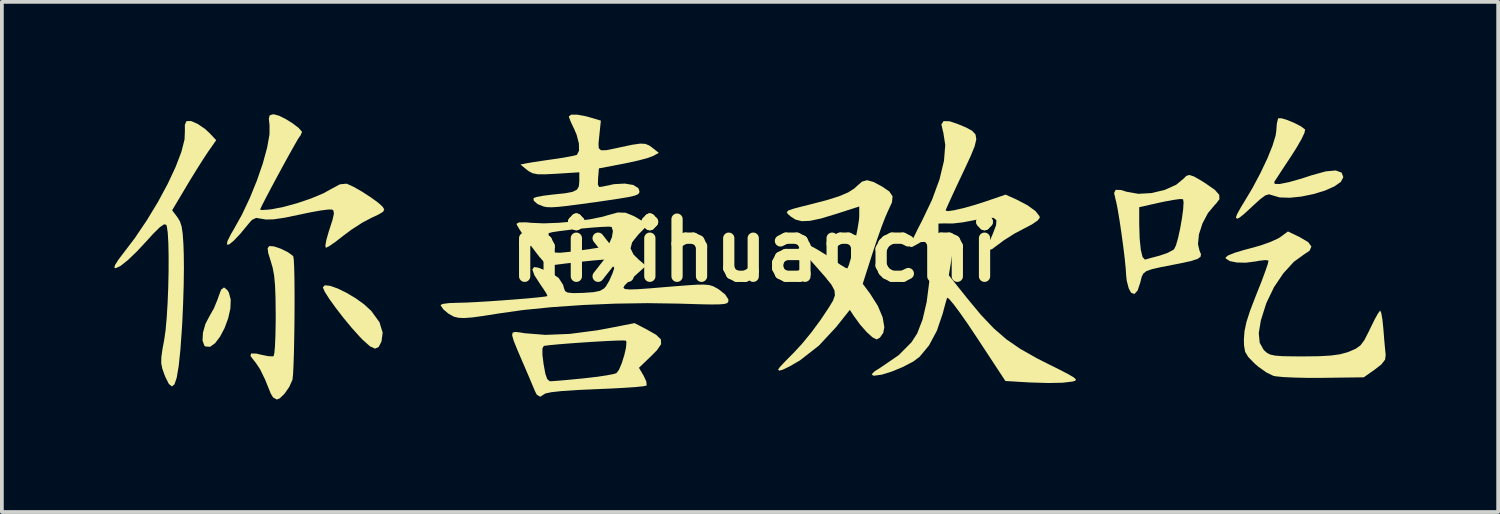
<source format=kicad_pcb>
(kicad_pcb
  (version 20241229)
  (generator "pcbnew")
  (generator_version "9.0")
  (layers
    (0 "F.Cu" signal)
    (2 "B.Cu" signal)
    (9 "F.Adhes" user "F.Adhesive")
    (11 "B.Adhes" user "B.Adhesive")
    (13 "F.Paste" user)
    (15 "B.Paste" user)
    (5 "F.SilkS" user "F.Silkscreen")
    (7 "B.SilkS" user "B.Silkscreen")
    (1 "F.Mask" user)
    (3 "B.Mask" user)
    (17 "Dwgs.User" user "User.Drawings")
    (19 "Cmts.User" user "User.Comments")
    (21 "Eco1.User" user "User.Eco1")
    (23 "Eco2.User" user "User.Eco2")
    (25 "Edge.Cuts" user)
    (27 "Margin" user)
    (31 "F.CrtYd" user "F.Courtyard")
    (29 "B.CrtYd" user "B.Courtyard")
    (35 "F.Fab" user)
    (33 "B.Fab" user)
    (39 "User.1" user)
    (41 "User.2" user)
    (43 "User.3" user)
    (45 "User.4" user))
  (footprint "nixihuanchi"
    (layer "F.Cu")
    (at 17.075 3.629)
    (property "Reference" "nixihuanchi" (at 0 0 0) (layer "F.SilkS") (effects (font (size 1.524 1.524) (thickness 0.3))))
    (attr board_only exclude_from_pos_files exclude_from_bom)
    (fp_poly (pts (xy -14.06 1.06) (xy -14.02 1.127) (xy -13.971 1.315) (xy -13.981 1.552) (xy -14.04 1.812) (xy -14.135 2.069) (xy -14.255 2.298) (xy -14.388 2.474) (xy -14.521 2.57) (xy -14.644 2.562) (xy -14.675 2.538) (xy -14.724 2.402) (xy -14.712 2.194) (xy -14.647 1.961) (xy -14.549 1.773) (xy -14.418 1.54) (xy -14.316 1.291) (xy -14.302 1.246) (xy -14.229 1.048) (xy -14.15 0.986)) (stroke (width 0) (type solid)) (fill yes) (layer "F.SilkS"))
    (fp_poly (pts (xy -11.322 0.944) (xy -11.122 1.014) (xy -10.886 1.129) (xy -10.642 1.274) (xy -10.414 1.438) (xy -10.229 1.608) (xy -10.221 1.616) (xy -10.004 1.916) (xy -9.919 2.193) (xy -9.951 2.429) (xy -10.025 2.574) (xy -10.122 2.619) (xy -10.257 2.558) (xy -10.449 2.387) (xy -10.541 2.291) (xy -10.753 2.055) (xy -10.97 1.792) (xy -11.174 1.527) (xy -11.346 1.288) (xy -11.465 1.099) (xy -11.514 0.988) (xy -11.514 0.984) (xy -11.462 0.929)) (stroke (width 0) (type solid)) (fill yes) (layer "F.SilkS"))
    (fp_poly (pts (xy -12.82 -0.108) (xy -12.64 -0.048) (xy -12.456 0.042) (xy -12.324 0.135) (xy -12.302 0.162) (xy -12.289 0.253) (xy -12.279 0.459) (xy -12.272 0.755) (xy -12.269 1.117) (xy -12.269 1.52) (xy -12.272 1.941) (xy -12.278 2.354) (xy -12.286 2.735) (xy -12.297 3.06) (xy -12.309 3.304) (xy -12.324 3.442) (xy -12.327 3.454) (xy -12.413 3.644) (xy -12.537 3.822) (xy -12.665 3.946) (xy -12.741 3.977) (xy -12.842 3.92) (xy -12.903 3.82) (xy -13.056 3.441) (xy -13.187 3.172) (xy -13.307 2.991) (xy -13.343 2.949) (xy -13.445 2.814) (xy -13.427 2.748) (xy -13.289 2.751) (xy -13.149 2.784) (xy -12.967 2.821) (xy -12.843 2.825) (xy -12.829 2.819) (xy -12.808 2.74) (xy -12.791 2.547) (xy -12.779 2.264) (xy -12.773 1.917) (xy -12.772 1.723) (xy -12.777 1.268) (xy -12.79 0.924) (xy -12.815 0.662) (xy -12.855 0.453) (xy -12.903 0.291) (xy -12.972 0.069) (xy -12.987 -0.055) (xy -12.95 -0.111) (xy -12.94 -0.116)) (stroke (width 0) (type solid)) (fill yes) (layer "F.SilkS"))
    (fp_poly (pts (xy 14.213 -3.476) (xy 14.4 -3.398) (xy 14.57 -3.31) (xy 14.675 -3.231) (xy 14.682 -3.221) (xy 14.665 -3.135) (xy 14.582 -2.962) (xy 14.448 -2.73) (xy 14.322 -2.532) (xy 14.148 -2.269) (xy 14 -2.043) (xy 13.896 -1.884) (xy 13.859 -1.827) (xy 13.873 -1.774) (xy 14.005 -1.772) (xy 14.246 -1.82) (xy 14.586 -1.916) (xy 14.851 -2.003) (xy 15.231 -2.108) (xy 15.499 -2.133) (xy 15.656 -2.075) (xy 15.701 -1.954) (xy 15.636 -1.829) (xy 15.462 -1.707) (xy 15.208 -1.595) (xy 14.905 -1.503) (xy 14.583 -1.437) (xy 14.272 -1.405) (xy 14.001 -1.414) (xy 13.807 -1.471) (xy 13.72 -1.497) (xy 13.622 -1.468) (xy 13.485 -1.367) (xy 13.292 -1.191) (xy 13.075 -0.99) (xy 12.938 -0.878) (xy 12.866 -0.844) (xy 12.84 -0.877) (xy 12.84 -0.893) (xy 12.874 -0.979) (xy 12.964 -1.141) (xy 13.051 -1.284) (xy 13.282 -1.67) (xy 13.494 -2.07) (xy 13.676 -2.454) (xy 13.814 -2.796) (xy 13.896 -3.066) (xy 13.913 -3.186) (xy 13.928 -3.379) (xy 13.957 -3.506) (xy 13.968 -3.524) (xy 14.053 -3.525)) (stroke (width 0) (type solid)) (fill yes) (layer "F.SilkS"))
    (fp_poly (pts (xy -14.852 -3.374) (xy -14.655 -3.239) (xy -14.524 -3.117) (xy -14.359 -2.94) (xy -14.57 -2.639) (xy -14.698 -2.446) (xy -14.869 -2.176) (xy -15.056 -1.873) (xy -15.157 -1.704) (xy -15.534 -1.071) (xy -15.39 -0.88) (xy -15.325 -0.773) (xy -15.281 -0.637) (xy -15.252 -0.443) (xy -15.233 -0.161) (xy -15.224 0.106) (xy -15.22 0.465) (xy -15.226 0.914) (xy -15.241 1.406) (xy -15.262 1.892) (xy -15.273 2.077) (xy -15.314 2.65) (xy -15.36 3.088) (xy -15.412 3.394) (xy -15.472 3.572) (xy -15.54 3.627) (xy -15.62 3.563) (xy -15.711 3.384) (xy -15.741 3.31) (xy -15.798 3.147) (xy -15.825 3.007) (xy -15.822 2.847) (xy -15.791 2.626) (xy -15.746 2.386) (xy -15.709 2.131) (xy -15.679 1.794) (xy -15.655 1.403) (xy -15.638 0.982) (xy -15.629 0.558) (xy -15.628 0.158) (xy -15.635 -0.194) (xy -15.651 -0.47) (xy -15.676 -0.645) (xy -15.691 -0.684) (xy -15.749 -0.697) (xy -15.861 -0.62) (xy -16.039 -0.445) (xy -16.186 -0.282) (xy -16.47 0.023) (xy -16.715 0.258) (xy -16.909 0.412) (xy -17.038 0.473) (xy -17.075 0.463) (xy -17.058 0.391) (xy -16.969 0.25) (xy -16.874 0.124) (xy -16.532 -0.325) (xy -16.208 -0.805) (xy -15.911 -1.295) (xy -15.652 -1.776) (xy -15.441 -2.227) (xy -15.288 -2.628) (xy -15.203 -2.959) (xy -15.194 -3.185) (xy -15.195 -3.35) (xy -15.153 -3.447) (xy -15.151 -3.449) (xy -15.03 -3.451)) (stroke (width 0) (type solid)) (fill yes) (layer "F.SilkS"))
    (fp_poly (pts (xy -2.882 2.104) (xy -2.628 2.248) (xy -2.5 2.371) (xy -2.493 2.499) (xy -2.602 2.659) (xy -2.752 2.811) (xy -3.084 3.13) (xy -2.959 3.342) (xy -2.888 3.495) (xy -2.878 3.596) (xy -2.883 3.604) (xy -2.965 3.622) (xy -3.165 3.643) (xy -3.457 3.663) (xy -3.822 3.683) (xy -4.226 3.7) (xy -4.737 3.723) (xy -5.138 3.75) (xy -5.421 3.781) (xy -5.576 3.814) (xy -5.6 3.827) (xy -5.718 3.902) (xy -5.81 3.846) (xy -5.858 3.751) (xy -5.914 3.618) (xy -6.008 3.395) (xy -6.124 3.123) (xy -6.177 3.001) (xy -6.327 2.652) (xy -6.342 2.614) (xy -5.659 2.614) (xy -5.658 2.79) (xy -5.628 3.028) (xy -5.581 3.288) (xy -5.53 3.432) (xy -5.465 3.487) (xy -5.443 3.489) (xy -5.329 3.482) (xy -5.11 3.464) (xy -4.82 3.437) (xy -4.565 3.412) (xy -4.243 3.375) (xy -3.965 3.335) (xy -3.766 3.298) (xy -3.686 3.273) (xy -3.617 3.183) (xy -3.543 3.009) (xy -3.476 2.797) (xy -3.43 2.595) (xy -3.418 2.447) (xy -3.432 2.406) (xy -3.507 2.401) (xy -3.692 2.405) (xy -3.958 2.417) (xy -4.275 2.435) (xy -4.615 2.457) (xy -4.947 2.481) (xy -5.243 2.505) (xy -5.474 2.527) (xy -5.61 2.545) (xy -5.622 2.548) (xy -5.659 2.614) (xy -6.342 2.614) (xy -6.423 2.414) (xy -6.466 2.267) (xy -6.454 2.193) (xy -6.385 2.173) (xy -6.259 2.187) (xy -6.133 2.208) (xy -5.58 2.252) (xy -4.929 2.226) (xy -4.201 2.131) (xy -3.956 2.086) (xy -3.202 1.939)) (stroke (width 0) (type solid)) (fill yes) (layer "F.SilkS"))
    (fp_poly (pts (xy 11.721 -1.971) (xy 11.91 -1.863) (xy 12.04 -1.78) (xy 12.275 -1.615) (xy 12.391 -1.485) (xy 12.398 -1.368) (xy 12.304 -1.243) (xy 12.274 -1.215) (xy 12.09 -0.994) (xy 11.944 -0.718) (xy 11.851 -0.428) (xy 11.825 -0.166) (xy 11.865 0.005) (xy 11.905 0.1) (xy 11.893 0.17) (xy 11.811 0.228) (xy 11.639 0.282) (xy 11.358 0.344) (xy 11.173 0.38) (xy 10.829 0.447) (xy 10.597 0.5) (xy 10.452 0.55) (xy 10.37 0.613) (xy 10.326 0.699) (xy 10.294 0.824) (xy 10.288 0.851) (xy 10.216 1.068) (xy 10.13 1.162) (xy 10.041 1.128) (xy 9.979 1.013) (xy 9.925 0.81) (xy 9.909 0.662) (xy 9.898 0.485) (xy 9.871 0.215) (xy 9.831 -0.113) (xy 9.783 -0.464) (xy 9.733 -0.801) (xy 9.685 -1.088) (xy 9.673 -1.153) (xy 10.258 -1.153) (xy 10.258 -0.698) (xy 10.27 -0.309) (xy 10.301 -0.013) (xy 10.348 0.177) (xy 10.41 0.244) (xy 10.423 0.242) (xy 10.536 0.21) (xy 10.724 0.16) (xy 10.795 0.141) (xy 11.002 0.071) (xy 11.16 -0.011) (xy 11.189 -0.034) (xy 11.239 -0.138) (xy 11.295 -0.334) (xy 11.35 -0.586) (xy 11.397 -0.853) (xy 11.43 -1.098) (xy 11.441 -1.283) (xy 11.427 -1.366) (xy 11.345 -1.371) (xy 11.162 -1.346) (xy 10.912 -1.299) (xy 10.822 -1.28) (xy 10.258 -1.153) (xy 9.673 -1.153) (xy 9.645 -1.292) (xy 9.629 -1.351) (xy 9.588 -1.533) (xy 9.63 -1.616) (xy 9.77 -1.612) (xy 9.923 -1.565) (xy 10.233 -1.51) (xy 10.588 -1.53) (xy 10.941 -1.615) (xy 11.246 -1.753) (xy 11.44 -1.914) (xy 11.517 -1.99) (xy 11.6 -2.012)) (stroke (width 0) (type solid)) (fill yes) (layer "F.SilkS"))
    (fp_poly (pts (xy -12.682 -3.592) (xy -12.5 -3.502) (xy -12.311 -3.383) (xy -12.156 -3.263) (xy -12.075 -3.169) (xy -12.072 -3.154) (xy -12.115 -3.058) (xy -12.137 -3.032) (xy -12.187 -2.955) (xy -12.286 -2.782) (xy -12.421 -2.541) (xy -12.577 -2.257) (xy -12.74 -1.956) (xy -12.897 -1.663) (xy -13.032 -1.406) (xy -13.133 -1.209) (xy -13.185 -1.1) (xy -13.188 -1.087) (xy -13.127 -1.078) (xy -12.972 -1.088) (xy -12.892 -1.097) (xy -12.569 -1.159) (xy -12.199 -1.26) (xy -11.829 -1.386) (xy -11.505 -1.521) (xy -11.285 -1.642) (xy -11.061 -1.763) (xy -10.89 -1.78) (xy -10.866 -1.774) (xy -10.696 -1.697) (xy -10.47 -1.568) (xy -10.233 -1.414) (xy -10.031 -1.267) (xy -9.918 -1.163) (xy -9.877 -1.092) (xy -9.908 -1.031) (xy -10.03 -0.958) (xy -10.198 -0.88) (xy -10.455 -0.745) (xy -10.745 -0.559) (xy -10.969 -0.392) (xy -11.172 -0.234) (xy -11.336 -0.12) (xy -11.431 -0.07) (xy -11.435 -0.07) (xy -11.448 -0.13) (xy -11.419 -0.289) (xy -11.354 -0.515) (xy -11.338 -0.562) (xy -11.255 -0.821) (xy -11.22 -0.979) (xy -11.231 -1.061) (xy -11.269 -1.091) (xy -11.373 -1.091) (xy -11.581 -1.064) (xy -11.862 -1.013) (xy -12.142 -0.954) (xy -12.542 -0.871) (xy -12.832 -0.829) (xy -13.035 -0.824) (xy -13.132 -0.841) (xy -13.293 -0.868) (xy -13.406 -0.814) (xy -13.494 -0.713) (xy -13.718 -0.442) (xy -13.895 -0.256) (xy -14.016 -0.159) (xy -14.074 -0.155) (xy -14.06 -0.246) (xy -13.965 -0.437) (xy -13.902 -0.543) (xy -13.675 -0.949) (xy -13.462 -1.4) (xy -13.272 -1.867) (xy -13.115 -2.323) (xy -13.001 -2.74) (xy -12.938 -3.091) (xy -12.936 -3.332) (xy -12.955 -3.517) (xy -12.933 -3.603) (xy -12.856 -3.628) (xy -12.814 -3.629)) (stroke (width 0) (type solid)) (fill yes) (layer "F.SilkS"))
    (fp_poly (pts (xy -4.494 -3.577) (xy -4.378 -3.545) (xy -4.1 -3.462) (xy -4.142 -3.057) (xy -4.163 -2.85) (xy -4.156 -2.726) (xy -4.096 -2.671) (xy -3.961 -2.673) (xy -3.724 -2.72) (xy -3.559 -2.756) (xy -3.255 -2.82) (xy -3.051 -2.849) (xy -2.914 -2.842) (xy -2.808 -2.798) (xy -2.716 -2.731) (xy -2.555 -2.601) (xy -2.714 -2.516) (xy -2.852 -2.465) (xy -3.086 -2.402) (xy -3.377 -2.337) (xy -3.512 -2.31) (xy -4.152 -2.188) (xy -4.174 -1.925) (xy -4.179 -1.756) (xy -4.146 -1.692) (xy -4.069 -1.7) (xy -3.748 -1.768) (xy -3.462 -1.783) (xy -3.237 -1.746) (xy -3.1 -1.661) (xy -3.07 -1.577) (xy -3.079 -1.531) (xy -3.118 -1.493) (xy -3.206 -1.459) (xy -3.364 -1.423) (xy -3.61 -1.382) (xy -3.964 -1.329) (xy -4.222 -1.292) (xy -4.671 -1.23) (xy -5.005 -1.187) (xy -5.245 -1.161) (xy -5.412 -1.151) (xy -5.53 -1.154) (xy -5.617 -1.168) (xy -5.784 -1.234) (xy -5.888 -1.322) (xy -5.898 -1.393) (xy -5.817 -1.425) (xy -5.636 -1.459) (xy -5.393 -1.489) (xy -5.381 -1.49) (xy -5.061 -1.524) (xy -4.856 -1.562) (xy -4.74 -1.619) (xy -4.688 -1.705) (xy -4.675 -1.835) (xy -4.675 -1.852) (xy -4.675 -2.084) (xy -5.286 -2.045) (xy -5.589 -2.03) (xy -5.789 -2.032) (xy -5.922 -2.059) (xy -6.024 -2.113) (xy -6.071 -2.149) (xy -6.245 -2.291) (xy -6.071 -2.326) (xy -5.918 -2.352) (xy -5.676 -2.389) (xy -5.392 -2.43) (xy -5.349 -2.436) (xy -5.083 -2.477) (xy -4.87 -2.516) (xy -4.749 -2.546) (xy -4.738 -2.551) (xy -4.682 -2.661) (xy -4.686 -2.853) (xy -4.747 -3.088) (xy -4.815 -3.245) (xy -4.9 -3.424) (xy -4.949 -3.55) (xy -4.954 -3.574) (xy -4.894 -3.62) (xy -4.73 -3.621)) (stroke (width 0) (type solid)) (fill yes) (layer "F.SilkS"))
    (fp_poly (pts (xy 3.171 -1.826) (xy 3.396 -1.707) (xy 3.595 -1.571) (xy 3.68 -1.442) (xy 3.663 -1.279) (xy 3.562 -1.061) (xy 3.488 -0.893) (xy 3.386 -0.629) (xy 3.271 -0.304) (xy 3.155 0.044) (xy 2.884 0.89) (xy 3.08 1.152) (xy 3.286 1.477) (xy 3.416 1.785) (xy 3.46 2.048) (xy 3.431 2.2) (xy 3.34 2.328) (xy 3.254 2.373) (xy 3.146 2.319) (xy 2.99 2.178) (xy 2.815 1.979) (xy 2.648 1.75) (xy 2.54 1.585) (xy 2.174 2.045) (xy 1.714 2.539) (xy 1.206 2.935) (xy 0.928 3.096) (xy 0.743 3.184) (xy 0.651 3.206) (xy 0.628 3.173) (xy 0.674 3.111) (xy 0.798 2.977) (xy 0.975 2.798) (xy 1.037 2.736) (xy 1.266 2.489) (xy 1.522 2.176) (xy 1.76 1.853) (xy 1.833 1.745) (xy 1.987 1.512) (xy 2.092 1.338) (xy 2.142 1.199) (xy 2.131 1.068) (xy 2.054 0.921) (xy 1.903 0.73) (xy 1.675 0.47) (xy 1.506 0.279) (xy 1.319 0.059) (xy 1.182 -0.121) (xy 1.112 -0.236) (xy 1.11 -0.265) (xy 1.221 -0.247) (xy 1.414 -0.164) (xy 1.659 -0.033) (xy 1.924 0.13) (xy 2.114 0.261) (xy 2.296 0.387) (xy 2.428 0.465) (xy 2.475 0.479) (xy 2.516 0.386) (xy 2.572 0.194) (xy 2.636 -0.06) (xy 2.698 -0.338) (xy 2.75 -0.602) (xy 2.784 -0.815) (xy 2.791 -0.913) (xy 2.791 -1.172) (xy 2.163 -0.97) (xy 1.768 -0.851) (xy 1.474 -0.789) (xy 1.257 -0.78) (xy 1.09 -0.823) (xy 0.967 -0.902) (xy 0.886 -0.972) (xy 0.858 -1.022) (xy 0.9 -1.065) (xy 1.032 -1.111) (xy 1.27 -1.174) (xy 1.465 -1.222) (xy 1.919 -1.34) (xy 2.255 -1.446) (xy 2.496 -1.548) (xy 2.662 -1.654) (xy 2.724 -1.712) (xy 2.864 -1.835) (xy 3 -1.873)) (stroke (width 0) (type solid)) (fill yes) (layer "F.SilkS"))
    (fp_poly (pts (xy 14.544 -0.352) (xy 14.765 -0.221) (xy 14.85 -0.104) (xy 14.801 0.008) (xy 14.663 0.1) (xy 14.381 0.304) (xy 14.102 0.61) (xy 13.851 0.982) (xy 13.657 1.386) (xy 13.64 1.429) (xy 13.502 1.867) (xy 13.446 2.207) (xy 13.472 2.465) (xy 13.579 2.654) (xy 13.593 2.668) (xy 13.668 2.734) (xy 13.755 2.778) (xy 13.882 2.805) (xy 14.076 2.82) (xy 14.362 2.825) (xy 14.639 2.826) (xy 15.059 2.821) (xy 15.372 2.803) (xy 15.61 2.77) (xy 15.804 2.718) (xy 15.859 2.698) (xy 16.035 2.621) (xy 16.159 2.531) (xy 16.262 2.393) (xy 16.376 2.171) (xy 16.416 2.087) (xy 16.528 1.858) (xy 16.622 1.687) (xy 16.681 1.607) (xy 16.686 1.605) (xy 16.713 1.669) (xy 16.743 1.837) (xy 16.768 2.076) (xy 16.771 2.111) (xy 16.793 2.388) (xy 16.815 2.63) (xy 16.831 2.785) (xy 16.831 2.786) (xy 16.815 2.913) (xy 16.718 3.038) (xy 16.55 3.17) (xy 16.247 3.384) (xy 15.154 3.398) (xy 14.759 3.399) (xy 14.396 3.391) (xy 14.097 3.377) (xy 13.892 3.356) (xy 13.835 3.344) (xy 13.653 3.256) (xy 13.44 3.106) (xy 13.329 3.01) (xy 13.166 2.842) (xy 13.082 2.703) (xy 13.053 2.53) (xy 13.05 2.366) (xy 13.066 2.153) (xy 13.117 1.911) (xy 13.214 1.61) (xy 13.364 1.22) (xy 13.391 1.151) (xy 13.517 0.835) (xy 13.617 0.566) (xy 13.684 0.371) (xy 13.706 0.275) (xy 13.705 0.27) (xy 13.628 0.257) (xy 13.461 0.275) (xy 13.359 0.294) (xy 13.103 0.327) (xy 12.862 0.322) (xy 12.672 0.284) (xy 12.569 0.218) (xy 12.561 0.189) (xy 12.626 0.135) (xy 12.799 0.064) (xy 13.056 -0.013) (xy 13.183 -0.046) (xy 13.488 -0.131) (xy 13.765 -0.229) (xy 13.967 -0.322) (xy 14.014 -0.351) (xy 14.224 -0.506)) (stroke (width 0) (type solid)) (fill yes) (layer "F.SilkS"))
    (fp_poly (pts (xy 5.2 -3.445) (xy 5.407 -3.376) (xy 5.64 -3.279) (xy 5.801 -3.192) (xy 5.892 -3.094) (xy 5.913 -2.963) (xy 5.869 -2.777) (xy 5.761 -2.513) (xy 5.592 -2.15) (xy 5.545 -2.05) (xy 5.388 -1.717) (xy 5.255 -1.43) (xy 5.156 -1.212) (xy 5.101 -1.086) (xy 5.094 -1.065) (xy 5.156 -1.048) (xy 5.323 -1.072) (xy 5.572 -1.129) (xy 5.874 -1.214) (xy 6.156 -1.305) (xy 6.695 -1.488) (xy 6.986 -1.357) (xy 7.279 -1.204) (xy 7.49 -1.051) (xy 7.597 -0.915) (xy 7.606 -0.872) (xy 7.547 -0.796) (xy 7.394 -0.692) (xy 7.21 -0.596) (xy 6.931 -0.449) (xy 6.65 -0.271) (xy 6.512 -0.168) (xy 6.334 -0.036) (xy 6.237 -0.003) (xy 6.219 -0.077) (xy 6.276 -0.261) (xy 6.357 -0.452) (xy 6.44 -0.67) (xy 6.45 -0.806) (xy 6.372 -0.869) (xy 6.192 -0.869) (xy 5.895 -0.815) (xy 5.83 -0.801) (xy 5.546 -0.748) (xy 5.289 -0.719) (xy 5.111 -0.719) (xy 5.096 -0.722) (xy 4.894 -0.716) (xy 4.811 -0.658) (xy 4.756 -0.583) (xy 4.766 -0.529) (xy 4.861 -0.472) (xy 5.042 -0.395) (xy 5.182 -0.329) (xy 5.262 -0.254) (xy 5.291 -0.137) (xy 5.277 0.056) (xy 5.238 0.314) (xy 5.18 0.663) (xy 5.663 1.268) (xy 6.037 1.719) (xy 6.377 2.077) (xy 6.716 2.371) (xy 7.091 2.629) (xy 7.534 2.879) (xy 7.8 3.014) (xy 8.146 3.186) (xy 8.38 3.308) (xy 8.517 3.39) (xy 8.57 3.442) (xy 8.554 3.474) (xy 8.483 3.496) (xy 8.478 3.497) (xy 8.218 3.528) (xy 7.835 3.536) (xy 7.343 3.521) (xy 7.095 3.507) (xy 6.689 3.482) (xy 5.928 2.324) (xy 5.687 1.963) (xy 5.476 1.662) (xy 5.307 1.435) (xy 5.19 1.297) (xy 5.136 1.26) (xy 5.134 1.263) (xy 5.097 1.387) (xy 5.043 1.585) (xy 5.021 1.673) (xy 4.862 2.14) (xy 4.65 2.536) (xy 4.401 2.836) (xy 4.232 2.963) (xy 3.948 3.111) (xy 3.654 3.232) (xy 3.39 3.313) (xy 3.195 3.34) (xy 3.161 3.337) (xy 3.123 3.302) (xy 3.199 3.226) (xy 3.37 3.117) (xy 3.843 2.793) (xy 4.184 2.45) (xy 4.336 2.215) (xy 4.48 1.843) (xy 4.589 1.376) (xy 4.656 0.858) (xy 4.674 0.445) (xy 4.663 0.097) (xy 4.623 -0.124) (xy 4.55 -0.227) (xy 4.437 -0.224) (xy 4.335 -0.165) (xy 4.209 -0.096) (xy 4.144 -0.089) (xy 4.161 -0.161) (xy 4.233 -0.328) (xy 4.347 -0.563) (xy 4.458 -0.777) (xy 4.733 -1.352) (xy 4.932 -1.895) (xy 5.051 -2.389) (xy 5.085 -2.815) (xy 5.031 -3.156) (xy 5.022 -3.182) (xy 4.982 -3.362) (xy 5.041 -3.449)) (stroke (width 0) (type solid)) (fill yes) (layer "F.SilkS"))
    (fp_poly (pts (xy -3.442 -1.006) (xy -3.219 -0.916) (xy -3.078 -0.834) (xy -2.842 -0.688) (xy -3.098 -0.426) (xy -3.265 -0.221) (xy -3.308 -0.053) (xy -3.228 0.111) (xy -3.077 0.257) (xy -2.896 0.41) (xy -3.245 0.725) (xy -3.379 0.846) (xy -3.468 0.935) (xy -3.499 0.995) (xy -3.458 1.029) (xy -3.333 1.041) (xy -3.111 1.034) (xy -2.778 1.01) (xy -2.321 0.972) (xy -2.227 0.964) (xy -1.831 0.933) (xy -1.547 0.914) (xy -1.35 0.911) (xy -1.213 0.923) (xy -1.109 0.954) (xy -1.013 1.004) (xy -0.954 1.039) (xy -0.785 1.174) (xy -0.701 1.303) (xy -0.698 1.329) (xy -0.704 1.375) (xy -0.735 1.407) (xy -0.809 1.428) (xy -0.945 1.439) (xy -1.159 1.441) (xy -1.472 1.435) (xy -1.9 1.422) (xy -2.049 1.418) (xy -2.863 1.406) (xy -3.721 1.419) (xy -4.586 1.456) (xy -5.421 1.514) (xy -6.189 1.591) (xy -6.828 1.682) (xy -7.235 1.747) (xy -7.531 1.787) (xy -7.741 1.803) (xy -7.891 1.797) (xy -8.006 1.771) (xy -8.025 1.765) (xy -8.168 1.684) (xy -8.301 1.571) (xy -8.371 1.469) (xy -8.374 1.455) (xy -8.31 1.425) (xy -8.143 1.404) (xy -7.908 1.396) (xy -7.903 1.396) (xy -7.702 1.391) (xy -7.42 1.377) (xy -7.085 1.357) (xy -6.725 1.332) (xy -6.368 1.305) (xy -6.041 1.278) (xy -5.773 1.252) (xy -5.591 1.231) (xy -5.525 1.217) (xy -5.549 1.156) (xy -5.636 1.019) (xy -5.717 0.903) (xy -5.873 0.66) (xy -5.928 0.507) (xy -5.881 0.443) (xy -5.774 0.458) (xy -5.44 0.587) (xy -5.225 0.734) (xy -5.107 0.918) (xy -5.081 1.012) (xy -5.054 1.085) (xy -4.985 1.124) (xy -4.843 1.138) (xy -4.598 1.133) (xy -4.568 1.132) (xy -4.295 1.113) (xy -4.124 1.078) (xy -4.016 1.015) (xy -3.967 0.961) (xy -3.876 0.808) (xy -3.79 0.613) (xy -3.727 0.423) (xy -3.703 0.282) (xy -3.713 0.241) (xy -3.795 0.233) (xy -3.992 0.242) (xy -4.28 0.266) (xy -4.636 0.302) (xy -5.035 0.348) (xy -5.31 0.383) (xy -5.431 0.394) (xy -5.527 0.373) (xy -5.624 0.302) (xy -5.748 0.161) (xy -5.924 -0.07) (xy -5.955 -0.111) (xy -6.127 -0.348) (xy -6.203 -0.46) (xy -5.493 -0.46) (xy -5.493 -0.39) (xy -5.473 -0.233) (xy -5.466 -0.188) (xy -5.443 -0.064) (xy -5.405 0.016) (xy -5.327 0.056) (xy -5.184 0.062) (xy -4.951 0.039) (xy -4.628 -0.004) (xy -4.353 -0.043) (xy -4.122 -0.08) (xy -3.978 -0.108) (xy -3.965 -0.111) (xy -3.873 -0.196) (xy -3.805 -0.352) (xy -3.779 -0.517) (xy -3.813 -0.627) (xy -3.894 -0.634) (xy -4.08 -0.627) (xy -4.336 -0.609) (xy -4.629 -0.582) (xy -4.924 -0.551) (xy -5.189 -0.518) (xy -5.388 -0.488) (xy -5.489 -0.463) (xy -5.493 -0.46) (xy -6.203 -0.46) (xy -6.261 -0.546) (xy -6.338 -0.677) (xy -6.35 -0.71) (xy -6.285 -0.747) (xy -6.098 -0.75) (xy -5.949 -0.736) (xy -5.626 -0.722) (xy -5.227 -0.737) (xy -4.799 -0.774) (xy -4.389 -0.831) (xy -4.045 -0.901) (xy -3.905 -0.943) (xy -3.651 -1.012)) (stroke (width 0) (type solid)) (fill yes) (layer "F.SilkS")))
  (gr_rect
    (start -3 -3)
    (end 36.906 10.606)
    (stroke (width 0.1) (type default))
    (fill no)
    (layer "Edge.Cuts")))
</source>
